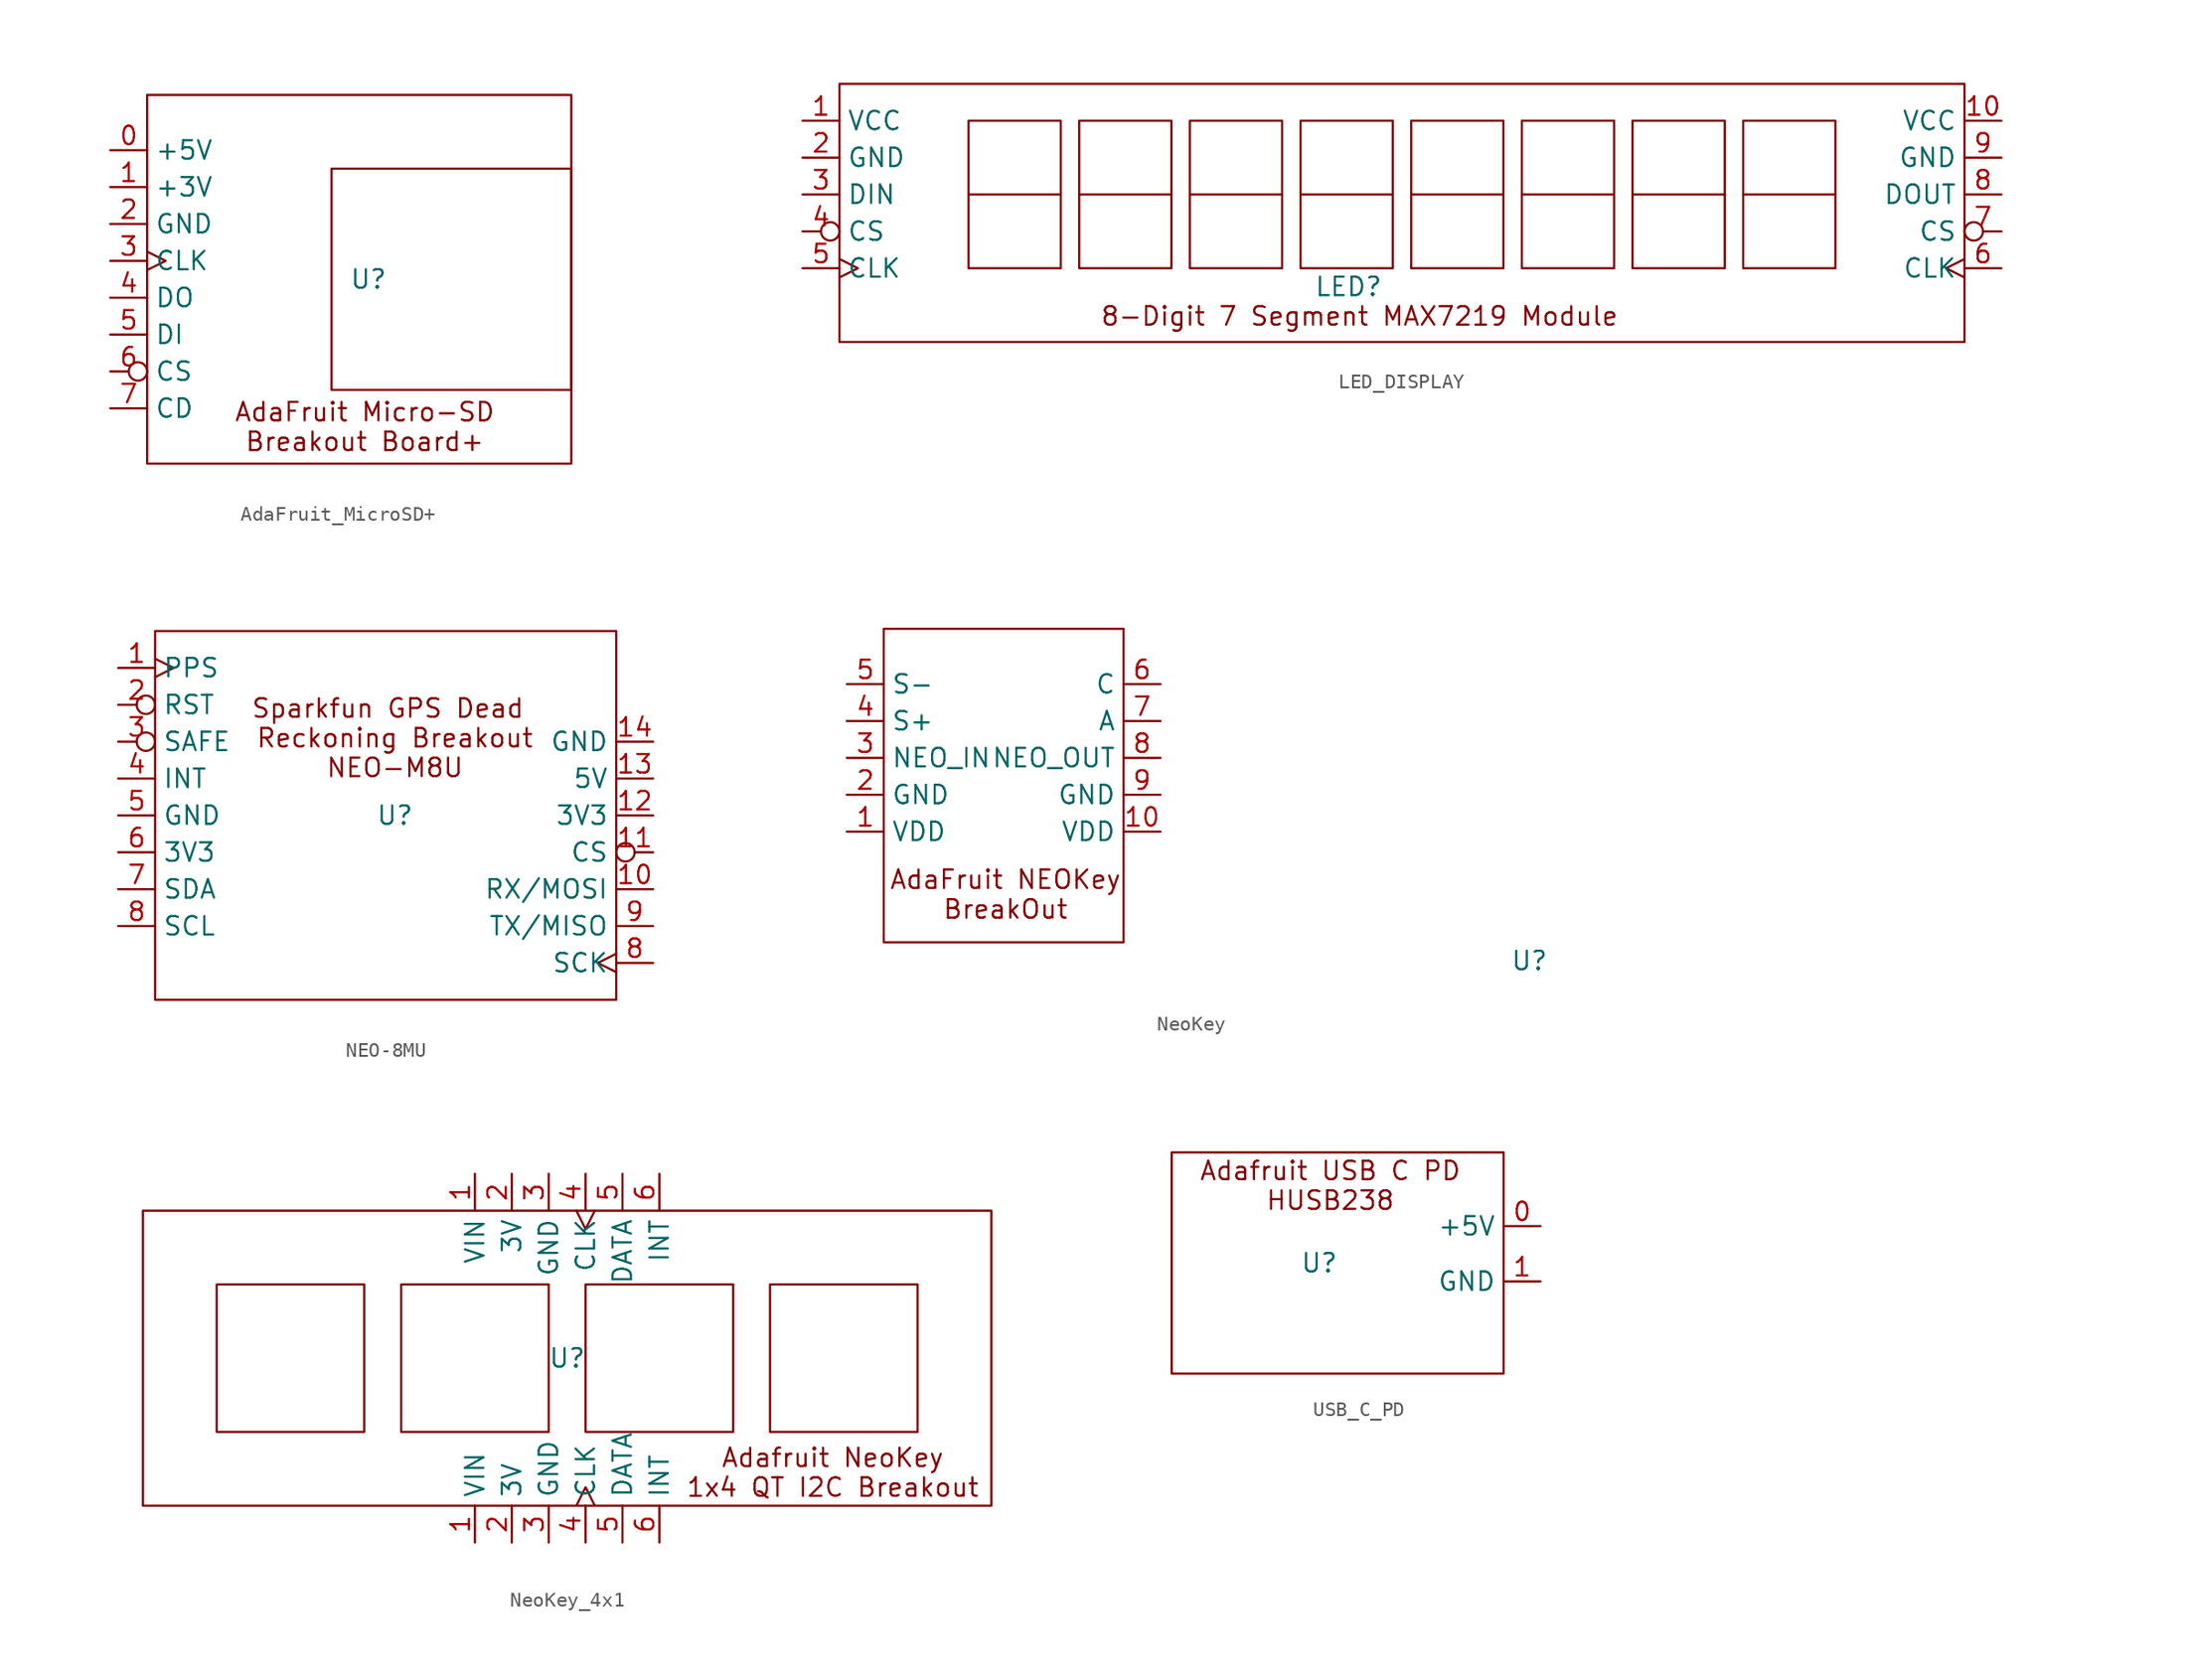
<source format=kicad_sym>
(kicad_symbol_lib
  (version 20231120)
  (generator "kicad_symbol_editor")
  (generator_version "8.0")
  (symbol "AdaFruit_MicroSD+"
    (property "Reference" "U"
      (at 0 0 0)
      (effects (font (size 1.27 1.27))))
    (property "Value" ""
      (at 0 0 0)
      (effects (font (size 1.27 1.27))))
    (symbol "AdaFruit_MicroSD+_0_1"
      (rectangle (start -15.24 12.7) (end 13.97 -12.7) (stroke (width 0) (type default)) (fill (type none)))
      (rectangle (start 13.97 7.62) (end -2.54 -7.62) (stroke (width 0) (type default)) (fill (type none))))
    (symbol "AdaFruit_MicroSD+_1_1"
      (text "AdaFruit Micro-SD\nBreakout Board+" (at -0.254 -10.16 0) (effects (font (size 1.27 1.27))))
      (pin power_in line (at -17.78 8.89 0) (length 2.54) (name "+5V" (effects (font (size 1.27 1.27)))) (number "0" (effects (font (size 1.27 1.27)))))
      (pin power_in line (at -17.78 6.35 0) (length 2.54) (name "+3V" (effects (font (size 1.27 1.27)))) (number "1" (effects (font (size 1.27 1.27)))))
      (pin power_in line (at -17.78 3.81 0) (length 2.54) (name "GND" (effects (font (size 1.27 1.27)))) (number "2" (effects (font (size 1.27 1.27)))))
      (pin input clock (at -17.78 1.27 0) (length 2.54) (name "CLK" (effects (font (size 1.27 1.27)))) (number "3" (effects (font (size 1.27 1.27)))))
      (pin output line (at -17.78 -1.27 0) (length 2.54) (name "DO" (effects (font (size 1.27 1.27)))) (number "4" (effects (font (size 1.27 1.27)))))
      (pin input line (at -17.78 -3.81 0) (length 2.54) (name "DI" (effects (font (size 1.27 1.27)))) (number "5" (effects (font (size 1.27 1.27)))))
      (pin input inverted (at -17.78 -6.35 0) (length 2.54) (name "CS" (effects (font (size 1.27 1.27)))) (number "6" (effects (font (size 1.27 1.27)))))
      (pin output line (at -17.78 -8.89 0) (length 2.54) (name "CD" (effects (font (size 1.27 1.27)))) (number "7" (effects (font (size 1.27 1.27)))))))
  (symbol "LED_DISPLAY"
    (property "Reference" "LED"
      (at 0.762 -6.35 0)
      (effects (font (size 1.27 1.27))))
    (property "Value" ""
      (at 0 0 0)
      (effects (font (size 1.27 1.27))))
    (symbol "LED_DISPLAY_0_1"
      (rectangle (start -34.29 7.62) (end 43.18 -10.16) (stroke (width 0) (type default)) (fill (type none)))
      (rectangle (start -25.4 5.08) (end -19.05 -5.08) (stroke (width 0) (type default)) (fill (type none)))
      (rectangle (start -17.78 5.08) (end -11.43 -5.08) (stroke (width 0) (type default)) (fill (type none)))
      (rectangle (start -10.16 5.08) (end -3.81 -5.08) (stroke (width 0) (type default)) (fill (type none)))
      (rectangle (start -2.54 5.08) (end 3.81 -5.08) (stroke (width 0) (type default)) (fill (type none)))
      (polyline (pts (xy -25.4 0) (xy -19.05 0)) (stroke (width 0) (type default)) (fill (type none)))
      (polyline (pts (xy -17.78 0) (xy -11.43 0)) (stroke (width 0) (type default)) (fill (type none)))
      (polyline (pts (xy -10.16 0) (xy -3.81 0)) (stroke (width 0) (type default)) (fill (type none)))
      (polyline (pts (xy -2.54 0) (xy 3.81 0)) (stroke (width 0) (type default)) (fill (type none)))
      (polyline (pts (xy 5.08 0) (xy 11.43 0)) (stroke (width 0) (type default)) (fill (type none)))
      (polyline (pts (xy 12.7 0) (xy 19.05 0)) (stroke (width 0) (type default)) (fill (type none)))
      (polyline (pts (xy 20.32 0) (xy 26.67 0)) (stroke (width 0) (type default)) (fill (type none)))
      (polyline (pts (xy 27.94 0) (xy 34.29 0)) (stroke (width 0) (type default)) (fill (type none)))
      (rectangle (start 5.08 5.08) (end 11.43 -5.08) (stroke (width 0) (type default)) (fill (type none)))
      (rectangle (start 12.7 5.08) (end 19.05 -5.08) (stroke (width 0) (type default)) (fill (type none)))
      (rectangle (start 20.32 5.08) (end 26.67 -5.08) (stroke (width 0) (type default)) (fill (type none)))
      (rectangle (start 27.94 5.08) (end 34.29 -5.08) (stroke (width 0) (type default)) (fill (type none))))
    (symbol "LED_DISPLAY_1_1"
      (text "8-Digit 7 Segment MAX7219 Module" (at 1.524 -8.382 0) (effects (font (size 1.27 1.27))))
      (pin power_in line (at -36.83 5.08 0) (length 2.54) (name "VCC" (effects (font (size 1.27 1.27)))) (number "1" (effects (font (size 1.27 1.27)))))
      (pin power_in line (at 45.72 5.08 180) (length 2.54) (name "VCC" (effects (font (size 1.27 1.27)))) (number "10" (effects (font (size 1.27 1.27)))))
      (pin power_in line (at -36.83 2.54 0) (length 2.54) (name "GND" (effects (font (size 1.27 1.27)))) (number "2" (effects (font (size 1.27 1.27)))))
      (pin input line (at -36.83 0 0) (length 2.54) (name "DIN" (effects (font (size 1.27 1.27)))) (number "3" (effects (font (size 1.27 1.27)))))
      (pin bidirectional inverted (at -36.83 -2.54 0) (length 2.54) (name "CS" (effects (font (size 1.27 1.27)))) (number "4" (effects (font (size 1.27 1.27)))))
      (pin bidirectional clock (at -36.83 -5.08 0) (length 2.54) (name "CLK" (effects (font (size 1.27 1.27)))) (number "5" (effects (font (size 1.27 1.27)))))
      (pin bidirectional clock (at 45.72 -5.08 180) (length 2.54) (name "CLK" (effects (font (size 1.27 1.27)))) (number "6" (effects (font (size 1.27 1.27)))))
      (pin bidirectional inverted (at 45.72 -2.54 180) (length 2.54) (name "CS" (effects (font (size 1.27 1.27)))) (number "7" (effects (font (size 1.27 1.27)))))
      (pin output line (at 45.72 0 180) (length 2.54) (name "DOUT" (effects (font (size 1.27 1.27)))) (number "8" (effects (font (size 1.27 1.27)))))
      (pin power_in line (at 45.72 2.54 180) (length 2.54) (name "GND" (effects (font (size 1.27 1.27)))) (number "9" (effects (font (size 1.27 1.27)))))))
  (symbol "NEO-8MU"
    (property "Reference" "U"
      (at 0 0 0)
      (effects (font (size 1.27 1.27))))
    (property "Value" ""
      (at 0 0 0)
      (effects (font (size 1.27 1.27))))
    (symbol "NEO-8MU_0_1"
      (rectangle (start -16.51 12.7) (end 15.24 -12.7) (stroke (width 0) (type default)) (fill (type none))))
    (symbol "NEO-8MU_1_1"
      (text "Sparkfun GPS Dead \nReckoning Breakout\nNEO-M8U" (at 0 5.334 0) (effects (font (size 1.27 1.27))))
      (pin output clock (at -19.05 10.16 0) (length 2.54) (name "PPS" (effects (font (size 1.27 1.27)))) (number "1" (effects (font (size 1.27 1.27)))))
      (pin input line (at 17.78 -5.08 180) (length 2.54) (name "RX/MOSI" (effects (font (size 1.27 1.27)))) (number "10" (effects (font (size 1.27 1.27)))))
      (pin input inverted (at 17.78 -2.54 180) (length 2.54) (name "CS" (effects (font (size 1.27 1.27)))) (number "11" (effects (font (size 1.27 1.27)))))
      (pin power_in line (at 17.78 0 180) (length 2.54) (name "3V3" (effects (font (size 1.27 1.27)))) (number "12" (effects (font (size 1.27 1.27)))))
      (pin power_in line (at 17.78 2.54 180) (length 2.54) (name "5V" (effects (font (size 1.27 1.27)))) (number "13" (effects (font (size 1.27 1.27)))))
      (pin power_in line (at 17.78 5.08 180) (length 2.54) (name "GND" (effects (font (size 1.27 1.27)))) (number "14" (effects (font (size 1.27 1.27)))))
      (pin input inverted (at -19.05 7.62 0) (length 2.54) (name "RST" (effects (font (size 1.27 1.27)))) (number "2" (effects (font (size 1.27 1.27)))))
      (pin input inverted (at -19.05 5.08 0) (length 2.54) (name "SAFE" (effects (font (size 1.27 1.27)))) (number "3" (effects (font (size 1.27 1.27)))))
      (pin input line (at -19.05 2.54 0) (length 2.54) (name "INT" (effects (font (size 1.27 1.27)))) (number "4" (effects (font (size 1.27 1.27)))))
      (pin power_in line (at -19.05 0 0) (length 2.54) (name "GND" (effects (font (size 1.27 1.27)))) (number "5" (effects (font (size 1.27 1.27)))))
      (pin power_in line (at -19.05 -2.54 0) (length 2.54) (name "3V3" (effects (font (size 1.27 1.27)))) (number "6" (effects (font (size 1.27 1.27)))))
      (pin bidirectional line (at -19.05 -5.08 0) (length 2.54) (name "SDA" (effects (font (size 1.27 1.27)))) (number "7" (effects (font (size 1.27 1.27)))))
      (pin input clock (at 17.78 -10.16 180) (length 2.54) (name "SCK" (effects (font (size 1.27 1.27)))) (number "8" (effects (font (size 1.27 1.27)))))
      (pin input line (at -19.05 -7.62 0) (length 2.54) (name "SCL" (effects (font (size 1.27 1.27)))) (number "8" (effects (font (size 1.27 1.27)))))
      (pin output line (at 17.78 -7.62 180) (length 2.54) (name "TX/MISO" (effects (font (size 1.27 1.27)))) (number "9" (effects (font (size 1.27 1.27)))))))
  (symbol "NeoKey"
    (property "Reference" "U"
      (at 0 0 0)
      (effects (font (size 1.27 1.27))))
    (property "Value" ""
      (at 0 0 0)
      (effects (font (size 1.27 1.27))))
    (symbol "NeoKey_0_1"
      (rectangle (start -44.45 22.86) (end -27.94 1.27) (stroke (width 0) (type default)) (fill (type none))))
    (symbol "NeoKey_1_1"
      (text "AdaFruit NEOKey\nBreakOut" (at -36.068 4.572 0) (effects (font (size 1.27 1.27))))
      (pin power_in line (at -46.99 8.89 0) (length 2.54) (name "VDD" (effects (font (size 1.27 1.27)))) (number "1" (effects (font (size 1.27 1.27)))))
      (pin power_in line (at -25.4 8.89 180) (length 2.54) (name "VDD" (effects (font (size 1.27 1.27)))) (number "10" (effects (font (size 1.27 1.27)))))
      (pin power_in line (at -46.99 11.43 0) (length 2.54) (name "GND" (effects (font (size 1.27 1.27)))) (number "2" (effects (font (size 1.27 1.27)))))
      (pin input line (at -46.99 13.97 0) (length 2.54) (name "NEO_IN" (effects (font (size 1.27 1.27)))) (number "3" (effects (font (size 1.27 1.27)))))
      (pin output line (at -46.99 16.51 0) (length 2.54) (name "S+" (effects (font (size 1.27 1.27)))) (number "4" (effects (font (size 1.27 1.27)))))
      (pin output line (at -46.99 19.05 0) (length 2.54) (name "S-" (effects (font (size 1.27 1.27)))) (number "5" (effects (font (size 1.27 1.27)))))
      (pin output line (at -25.4 19.05 180) (length 2.54) (name "C" (effects (font (size 1.27 1.27)))) (number "6" (effects (font (size 1.27 1.27)))))
      (pin output line (at -25.4 16.51 180) (length 2.54) (name "A" (effects (font (size 1.27 1.27)))) (number "7" (effects (font (size 1.27 1.27)))))
      (pin output line (at -25.4 13.97 180) (length 2.54) (name "NEO_OUT" (effects (font (size 1.27 1.27)))) (number "8" (effects (font (size 1.27 1.27)))))
      (pin power_in line (at -25.4 11.43 180) (length 2.54) (name "GND" (effects (font (size 1.27 1.27)))) (number "9" (effects (font (size 1.27 1.27)))))))
  (symbol "NeoKey_4x1"
    (property "Reference" "U"
      (at 0 0 0)
      (effects (font (size 1.27 1.27))))
    (property "Value" ""
      (at 5.08 10.16 0)
      (effects (font (size 1.27 1.27))))
    (symbol "NeoKey_4x1_0_1"
      (rectangle (start -29.21 10.16) (end 29.21 -10.16) (stroke (width 0) (type default)) (fill (type none)))
      (rectangle (start -24.13 5.08) (end -13.97 -5.08) (stroke (width 0) (type default)) (fill (type none)))
      (rectangle (start -11.43 5.08) (end -1.27 -5.08) (stroke (width 0) (type default)) (fill (type none)))
      (rectangle (start 1.27 5.08) (end 11.43 -5.08) (stroke (width 0) (type default)) (fill (type none)))
      (rectangle (start 13.97 5.08) (end 24.13 -5.08) (stroke (width 0) (type default)) (fill (type none))))
    (symbol "NeoKey_4x1_1_1"
      (text "Adafruit NeoKey\n1x4 QT I2C Breakout" (at 18.288 -7.874 0) (effects (font (size 1.27 1.27))))
      (pin power_in line (at -6.35 -12.7 90) (length 2.54) (name "VIN" (effects (font (size 1.27 1.27)))) (number "1" (effects (font (size 1.27 1.27)))))
      (pin power_in line (at -6.35 12.7 270) (length 2.54) (name "VIN" (effects (font (size 1.27 1.27)))) (number "1" (effects (font (size 1.27 1.27)))))
      (pin power_in line (at -3.81 -12.7 90) (length 2.54) (name "3V" (effects (font (size 1.27 1.27)))) (number "2" (effects (font (size 1.27 1.27)))))
      (pin power_in line (at -3.81 12.7 270) (length 2.54) (name "3V" (effects (font (size 1.27 1.27)))) (number "2" (effects (font (size 1.27 1.27)))))
      (pin power_in line (at -1.27 -12.7 90) (length 2.54) (name "GND" (effects (font (size 1.27 1.27)))) (number "3" (effects (font (size 1.27 1.27)))))
      (pin power_in line (at -1.27 12.7 270) (length 2.54) (name "GND" (effects (font (size 1.27 1.27)))) (number "3" (effects (font (size 1.27 1.27)))))
      (pin input clock (at 1.27 -12.7 90) (length 2.54) (name "CLK" (effects (font (size 1.27 1.27)))) (number "4" (effects (font (size 1.27 1.27)))))
      (pin input clock (at 1.27 12.7 270) (length 2.54) (name "CLK" (effects (font (size 1.27 1.27)))) (number "4" (effects (font (size 1.27 1.27)))))
      (pin bidirectional line (at 3.81 -12.7 90) (length 2.54) (name "DATA" (effects (font (size 1.27 1.27)))) (number "5" (effects (font (size 1.27 1.27)))))
      (pin bidirectional line (at 3.81 12.7 270) (length 2.54) (name "DATA" (effects (font (size 1.27 1.27)))) (number "5" (effects (font (size 1.27 1.27)))))
      (pin output line (at 6.35 -12.7 90) (length 2.54) (name "INT" (effects (font (size 1.27 1.27)))) (number "6" (effects (font (size 1.27 1.27)))))
      (pin output line (at 6.35 12.7 270) (length 2.54) (name "INT" (effects (font (size 1.27 1.27)))) (number "6" (effects (font (size 1.27 1.27)))))))
  (symbol "USB_C_PD"
    (property "Reference" "U"
      (at 0 0 0)
      (effects (font (size 1.27 1.27))))
    (property "Value" ""
      (at 0 0 0)
      (effects (font (size 1.27 1.27))))
    (symbol "USB_C_PD_0_1"
      (rectangle (start -10.16 7.62) (end 12.7 -7.62) (stroke (width 0) (type default)) (fill (type none))))
    (symbol "USB_C_PD_1_1"
      (text "Adafruit USB C PD\nHUSB238" (at 0.762 5.334 0) (effects (font (size 1.27 1.27))))
      (pin power_out line (at 15.24 2.54 180) (length 2.54) (name "+5V" (effects (font (size 1.27 1.27)))) (number "0" (effects (font (size 1.27 1.27)))))
      (pin power_out line (at 15.24 -1.27 180) (length 2.54) (name "GND" (effects (font (size 1.27 1.27)))) (number "1" (effects (font (size 1.27 1.27))))))))
</source>
